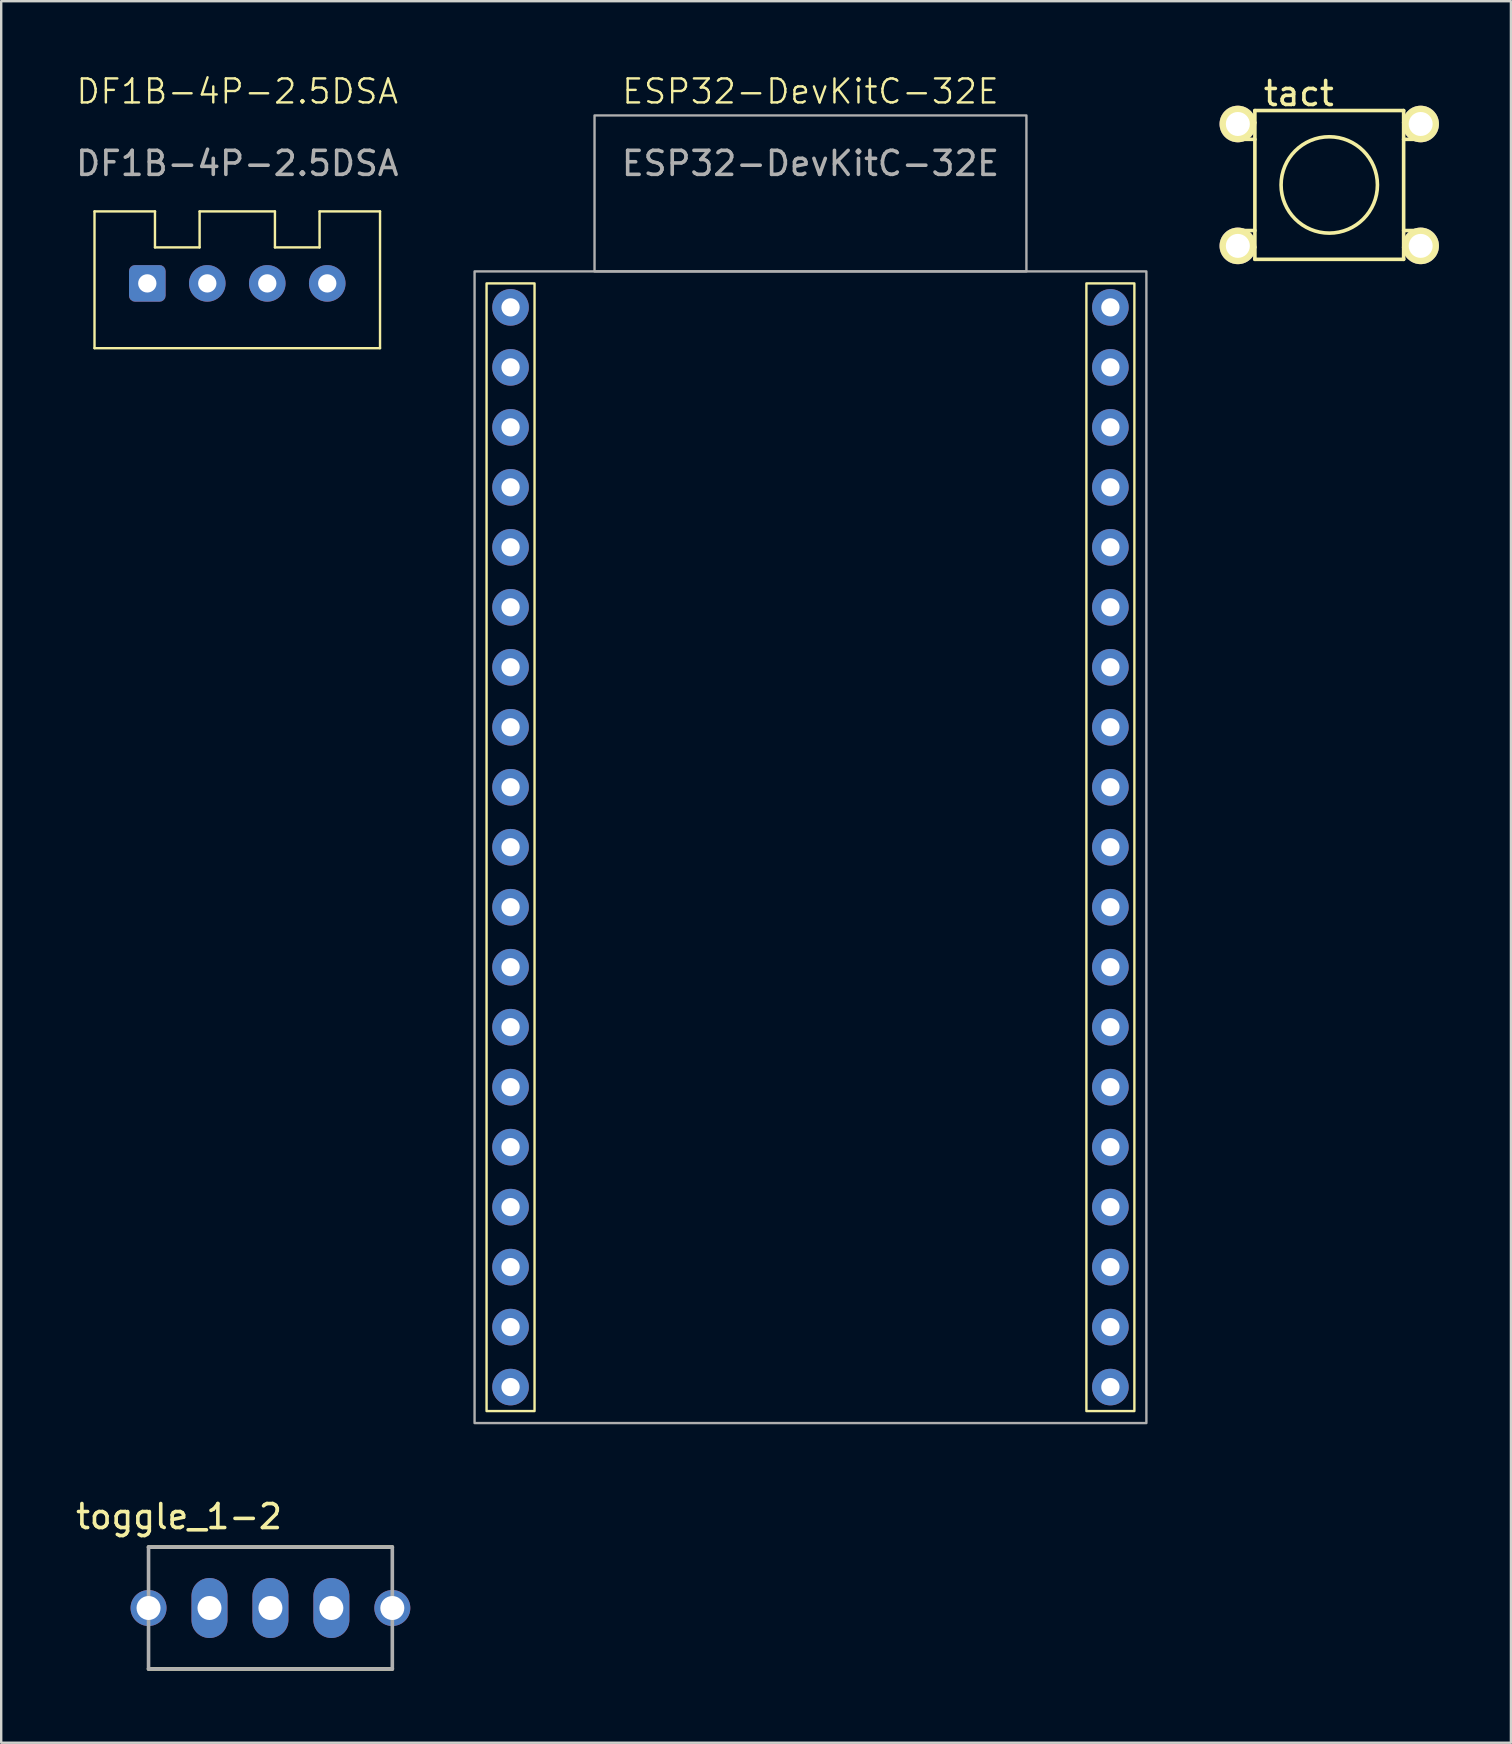
<source format=kicad_pcb>
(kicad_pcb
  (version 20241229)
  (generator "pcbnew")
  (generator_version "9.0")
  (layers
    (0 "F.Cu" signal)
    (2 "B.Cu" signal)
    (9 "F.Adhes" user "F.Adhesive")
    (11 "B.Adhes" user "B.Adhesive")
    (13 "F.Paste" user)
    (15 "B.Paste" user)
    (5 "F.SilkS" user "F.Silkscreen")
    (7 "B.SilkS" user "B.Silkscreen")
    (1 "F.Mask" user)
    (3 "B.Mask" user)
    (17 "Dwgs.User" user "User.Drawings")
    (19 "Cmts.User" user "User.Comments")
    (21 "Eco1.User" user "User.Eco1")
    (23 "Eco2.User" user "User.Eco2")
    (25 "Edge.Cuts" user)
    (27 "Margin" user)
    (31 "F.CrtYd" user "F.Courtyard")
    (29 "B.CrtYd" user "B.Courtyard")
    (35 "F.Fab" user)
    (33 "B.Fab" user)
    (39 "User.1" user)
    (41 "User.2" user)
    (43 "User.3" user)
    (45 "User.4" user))
  (footprint "DF1B-4P-2.5DSA"
    (layer "F.Cu")
    (at 6.839 8.761)
    (property "Reference" "DF1B-4P-2.5DSA" (at 0 -8 0) (unlocked yes) (layer "F.SilkS") (effects (font (size 1 1) (thickness 0.1))))
    (attr through_hole)
    (fp_line (start -5.95 -3) (end -5.95 2.7) (stroke (width 0.1) (type default)) (layer "F.SilkS"))
    (fp_line (start -3.43 -3) (end -3.43 -1.5) (stroke (width 0.1) (type default)) (layer "F.SilkS"))
    (fp_line (start -3.43 -1.5) (end -1.57 -1.5) (stroke (width 0.1) (type default)) (layer "F.SilkS"))
    (fp_line (start -3.426 -3) (end -5.95 -3) (stroke (width 0.1) (type default)) (layer "F.SilkS"))
    (fp_line (start -1.57 -3) (end 1.57 -3) (stroke (width 0.1) (type default)) (layer "F.SilkS"))
    (fp_line (start -1.57 -1.5) (end -1.57 -3) (stroke (width 0.1) (type default)) (layer "F.SilkS"))
    (fp_line (start 1.57 -1.5) (end 1.57 -3) (stroke (width 0.1) (type default)) (layer "F.SilkS"))
    (fp_line (start 1.57 -1.5) (end 3.43 -1.5) (stroke (width 0.1) (type default)) (layer "F.SilkS"))
    (fp_line (start 3.43 -3) (end 3.43 -1.5) (stroke (width 0.1) (type default)) (layer "F.SilkS"))
    (fp_line (start 3.43 -3) (end 5.95 -3) (stroke (width 0.1) (type default)) (layer "F.SilkS"))
    (fp_line (start 5.95 -3) (end 5.95 2.7) (stroke (width 0.1) (type default)) (layer "F.SilkS"))
    (fp_line (start 5.95 2.7) (end -5.95 2.7) (stroke (width 0.1) (type default)) (layer "F.SilkS"))
    (fp_text user "${REFERENCE}" (at 0 -5 0) (unlocked yes) (layer "F.Fab") (effects (font (size 1 1) (thickness 0.15))))
    (pad "1" thru_hole roundrect (at -3.75 0) (size 1.524 1.524) (drill 0.762) (layers "*.Cu" "*.Mask") (roundrect_rratio 0.164))
    (pad "2" thru_hole circle (at -1.25 0) (size 1.524 1.524) (drill 0.762) (layers "*.Cu" "*.Mask"))
    (pad "3" thru_hole circle (at 1.25 0) (size 1.524 1.524) (drill 0.762) (layers "*.Cu" "*.Mask"))
    (pad "4" thru_hole circle (at 3.75 0) (size 1.524 1.524) (drill 0.762) (layers "*.Cu" "*.Mask")))
  (footprint "tact"
    (layer "F.Cu")
    (at 52.351 4.658)
    (property "Reference" "tact" (at -1.27 -3.81 0) (layer "F.SilkS") (effects (font (size 1 1) (thickness 0.15))))
    (attr through_hole)
    (fp_line (start -3.8 -2.6) (end -3.8 -1.9) (stroke (width 0.15) (type solid)) (layer "F.SilkS"))
    (fp_line (start -3.8 -1.9) (end -3.1 -1.9) (stroke (width 0.15) (type solid)) (layer "F.SilkS"))
    (fp_line (start -3.8 1.9) (end -3.1 1.9) (stroke (width 0.15) (type solid)) (layer "F.SilkS"))
    (fp_line (start -3.8 2.6) (end -3.8 1.9) (stroke (width 0.15) (type solid)) (layer "F.SilkS"))
    (fp_line (start -3.1 -3.1) (end 3.1 -3.1) (stroke (width 0.15) (type solid)) (layer "F.SilkS"))
    (fp_line (start -3.1 -2.6) (end -3.8 -2.6) (stroke (width 0.15) (type solid)) (layer "F.SilkS"))
    (fp_line (start -3.1 2.6) (end -3.8 2.6) (stroke (width 0.15) (type solid)) (layer "F.SilkS"))
    (fp_line (start -3.1 3.1) (end -3.1 -3.1) (stroke (width 0.15) (type solid)) (layer "F.SilkS"))
    (fp_line (start 3.1 -3.1) (end 3.1 3.1) (stroke (width 0.15) (type solid)) (layer "F.SilkS"))
    (fp_line (start 3.1 -2.6) (end 3.8 -2.6) (stroke (width 0.15) (type solid)) (layer "F.SilkS"))
    (fp_line (start 3.1 1.9) (end 3.8 1.9) (stroke (width 0.15) (type solid)) (layer "F.SilkS"))
    (fp_line (start 3.1 3.1) (end -3.1 3.1) (stroke (width 0.15) (type solid)) (layer "F.SilkS"))
    (fp_line (start 3.8 -2.6) (end 3.8 -1.9) (stroke (width 0.15) (type solid)) (layer "F.SilkS"))
    (fp_line (start 3.8 -1.9) (end 3.1 -1.9) (stroke (width 0.15) (type solid)) (layer "F.SilkS"))
    (fp_line (start 3.8 1.9) (end 3.8 2.6) (stroke (width 0.15) (type solid)) (layer "F.SilkS"))
    (fp_line (start 3.8 2.6) (end 3.1 2.6) (stroke (width 0.15) (type solid)) (layer "F.SilkS"))
    (fp_circle (center 0 0) (end 1.905 -0.635) (stroke (width 0.15) (type solid)) (fill no) (layer "F.SilkS"))
    (pad "1" thru_hole circle (at -3.81 -2.54) (size 1.524 1.524) (drill 1) (layers "*.Cu" "*.Mask" "F.SilkS"))
    (pad "2" thru_hole circle (at -3.81 2.54) (size 1.524 1.524) (drill 1) (layers "*.Cu" "*.Mask" "F.SilkS"))
    (pad "3" thru_hole circle (at 3.81 -2.54) (size 1.524 1.524) (drill 1) (layers "*.Cu" "*.Mask" "F.SilkS"))
    (pad "4" thru_hole circle (at 3.81 2.54) (size 1.524 1.524) (drill 1) (layers "*.Cu" "*.Mask" "F.SilkS")))
  (footprint "ESP32-DevKitC-32E"
    (layer "F.Cu")
    (at 30.729 32.261)
    (property "Reference" "ESP32-DevKitC-32E" (at 0 -31.5 0) (unlocked yes) (layer "F.SilkS") (effects (font (size 1 1) (thickness 0.1))))
    (attr through_hole)
    (fp_rect (start -13.5 -23.5) (end -11.5 23.5) (stroke (width 0.1) (type default)) (fill no) (layer "F.SilkS"))
    (fp_rect (start 11.5 -23.5) (end 13.5 23.5) (stroke (width 0.1) (type default)) (fill no) (layer "F.SilkS"))
    (fp_rect (start -14 -24) (end 14 24) (stroke (width 0.1) (type default)) (fill no) (layer "F.Fab"))
    (fp_rect (start -9 -30.5) (end 9 -24) (stroke (width 0.1) (type default)) (fill no) (layer "F.Fab"))
    (fp_text user "${REFERENCE}" (at 0 -28.5 0) (unlocked yes) (layer "F.Fab") (effects (font (size 1 1) (thickness 0.15))))
    (pad "1" thru_hole circle (at -12.5 -22.5) (size 1.524 1.524) (drill 0.762) (layers "*.Cu" "*.Mask"))
    (pad "2" thru_hole circle (at -12.5 -20) (size 1.524 1.524) (drill 0.762) (layers "*.Cu" "*.Mask"))
    (pad "3" thru_hole circle (at -12.5 -17.5) (size 1.524 1.524) (drill 0.762) (layers "*.Cu" "*.Mask"))
    (pad "4" thru_hole circle (at -12.5 -15) (size 1.524 1.524) (drill 0.762) (layers "*.Cu" "*.Mask"))
    (pad "5" thru_hole circle (at -12.5 -12.5) (size 1.524 1.524) (drill 0.762) (layers "*.Cu" "*.Mask"))
    (pad "6" thru_hole circle (at -12.5 -10) (size 1.524 1.524) (drill 0.762) (layers "*.Cu" "*.Mask"))
    (pad "7" thru_hole circle (at -12.5 -7.5) (size 1.524 1.524) (drill 0.762) (layers "*.Cu" "*.Mask"))
    (pad "8" thru_hole circle (at -12.5 -5) (size 1.524 1.524) (drill 0.762) (layers "*.Cu" "*.Mask"))
    (pad "9" thru_hole circle (at -12.5 -2.5) (size 1.524 1.524) (drill 0.762) (layers "*.Cu" "*.Mask"))
    (pad "10" thru_hole circle (at -12.5 0) (size 1.524 1.524) (drill 0.762) (layers "*.Cu" "*.Mask"))
    (pad "11" thru_hole circle (at -12.5 2.5) (size 1.524 1.524) (drill 0.762) (layers "*.Cu" "*.Mask"))
    (pad "12" thru_hole circle (at -12.5 5) (size 1.524 1.524) (drill 0.762) (layers "*.Cu" "*.Mask"))
    (pad "13" thru_hole circle (at -12.5 7.5) (size 1.524 1.524) (drill 0.762) (layers "*.Cu" "*.Mask"))
    (pad "14" thru_hole circle (at -12.5 10) (size 1.524 1.524) (drill 0.762) (layers "*.Cu" "*.Mask"))
    (pad "15" thru_hole circle (at -12.5 12.5) (size 1.524 1.524) (drill 0.762) (layers "*.Cu" "*.Mask"))
    (pad "16" thru_hole circle (at -12.5 15) (size 1.524 1.524) (drill 0.762) (layers "*.Cu" "*.Mask"))
    (pad "17" thru_hole circle (at -12.5 17.5) (size 1.524 1.524) (drill 0.762) (layers "*.Cu" "*.Mask"))
    (pad "18" thru_hole circle (at -12.5 20) (size 1.524 1.524) (drill 0.762) (layers "*.Cu" "*.Mask"))
    (pad "19" thru_hole circle (at -12.5 22.5) (size 1.524 1.524) (drill 0.762) (layers "*.Cu" "*.Mask"))
    (pad "20" thru_hole circle (at 12.5 -22.5) (size 1.524 1.524) (drill 0.762) (layers "*.Cu" "*.Mask"))
    (pad "21" thru_hole circle (at 12.5 -20) (size 1.524 1.524) (drill 0.762) (layers "*.Cu" "*.Mask"))
    (pad "22" thru_hole circle (at 12.5 -17.5) (size 1.524 1.524) (drill 0.762) (layers "*.Cu" "*.Mask"))
    (pad "23" thru_hole circle (at 12.5 -15) (size 1.524 1.524) (drill 0.762) (layers "*.Cu" "*.Mask"))
    (pad "24" thru_hole circle (at 12.5 -12.5) (size 1.524 1.524) (drill 0.762) (layers "*.Cu" "*.Mask"))
    (pad "25" thru_hole circle (at 12.5 -10) (size 1.524 1.524) (drill 0.762) (layers "*.Cu" "*.Mask"))
    (pad "26" thru_hole circle (at 12.5 -7.5) (size 1.524 1.524) (drill 0.762) (layers "*.Cu" "*.Mask"))
    (pad "27" thru_hole circle (at 12.5 -5) (size 1.524 1.524) (drill 0.762) (layers "*.Cu" "*.Mask"))
    (pad "28" thru_hole circle (at 12.5 -2.5) (size 1.524 1.524) (drill 0.762) (layers "*.Cu" "*.Mask"))
    (pad "29" thru_hole circle (at 12.5 0) (size 1.524 1.524) (drill 0.762) (layers "*.Cu" "*.Mask"))
    (pad "30" thru_hole circle (at 12.5 2.5) (size 1.524 1.524) (drill 0.762) (layers "*.Cu" "*.Mask"))
    (pad "31" thru_hole circle (at 12.5 5) (size 1.524 1.524) (drill 0.762) (layers "*.Cu" "*.Mask"))
    (pad "32" thru_hole circle (at 12.5 7.5) (size 1.524 1.524) (drill 0.762) (layers "*.Cu" "*.Mask"))
    (pad "33" thru_hole circle (at 12.5 10) (size 1.524 1.524) (drill 0.762) (layers "*.Cu" "*.Mask"))
    (pad "34" thru_hole circle (at 12.5 12.5) (size 1.524 1.524) (drill 0.762) (layers "*.Cu" "*.Mask"))
    (pad "35" thru_hole circle (at 12.5 15) (size 1.524 1.524) (drill 0.762) (layers "*.Cu" "*.Mask"))
    (pad "36" thru_hole circle (at 12.5 17.5) (size 1.524 1.524) (drill 0.762) (layers "*.Cu" "*.Mask"))
    (pad "37" thru_hole circle (at 12.5 20) (size 1.524 1.524) (drill 0.762) (layers "*.Cu" "*.Mask"))
    (pad "38" thru_hole circle (at 12.5 22.5) (size 1.524 1.524) (drill 0.762) (layers "*.Cu" "*.Mask")))
  (footprint "toggle_1-2"
    (layer "F.Cu")
    (at 8.221 63.969)
    (property "Reference" "toggle_1-2" (at -3.81 -3.81 0) (layer "F.SilkS") (effects (font (size 1 1) (thickness 0.15))))
    (attr through_hole)
    (fp_line (start -5.08 -2.54) (end 5.08 -2.54) (stroke (width 0.15) (type solid)) (layer "F.SilkS"))
    (fp_line (start 5.08 2.54) (end -5.08 2.54) (stroke (width 0.15) (type solid)) (layer "F.SilkS"))
    (fp_line (start -5.08 -2.54) (end 5.08 -2.54) (stroke (width 0.15) (type solid)) (layer "F.Fab"))
    (fp_line (start -5.08 2.54) (end -5.08 -2.54) (stroke (width 0.15) (type solid)) (layer "F.Fab"))
    (fp_line (start 5.08 -2.54) (end 5.08 2.54) (stroke (width 0.15) (type solid)) (layer "F.Fab"))
    (fp_line (start 5.08 2.54) (end -5.08 2.54) (stroke (width 0.15) (type solid)) (layer "F.Fab"))
    (pad "1" thru_hole oval (at -2.54 0) (size 1.5 2.5) (drill 1) (layers "*.Cu" "*.Mask"))
    (pad "2" thru_hole oval (at 0 0) (size 1.5 2.5) (drill 1) (layers "*.Cu" "*.Mask"))
    (pad "3" thru_hole oval (at 2.54 0) (size 1.5 2.5) (drill 1) (layers "*.Cu" "*.Mask"))
    (pad "~1" thru_hole circle (at -5.08 0) (size 1.5 1.5) (drill 1) (layers "*.Cu" "*.Mask"))
    (pad "~2" thru_hole circle (at 5.08 0) (size 1.5 1.5) (drill 1) (layers "*.Cu" "*.Mask")))
  (gr_rect
    (start -3 -3)
    (end 59.923 69.584)
    (stroke (width 0.1) (type default))
    (fill no)
    (layer "Edge.Cuts")))
</source>
